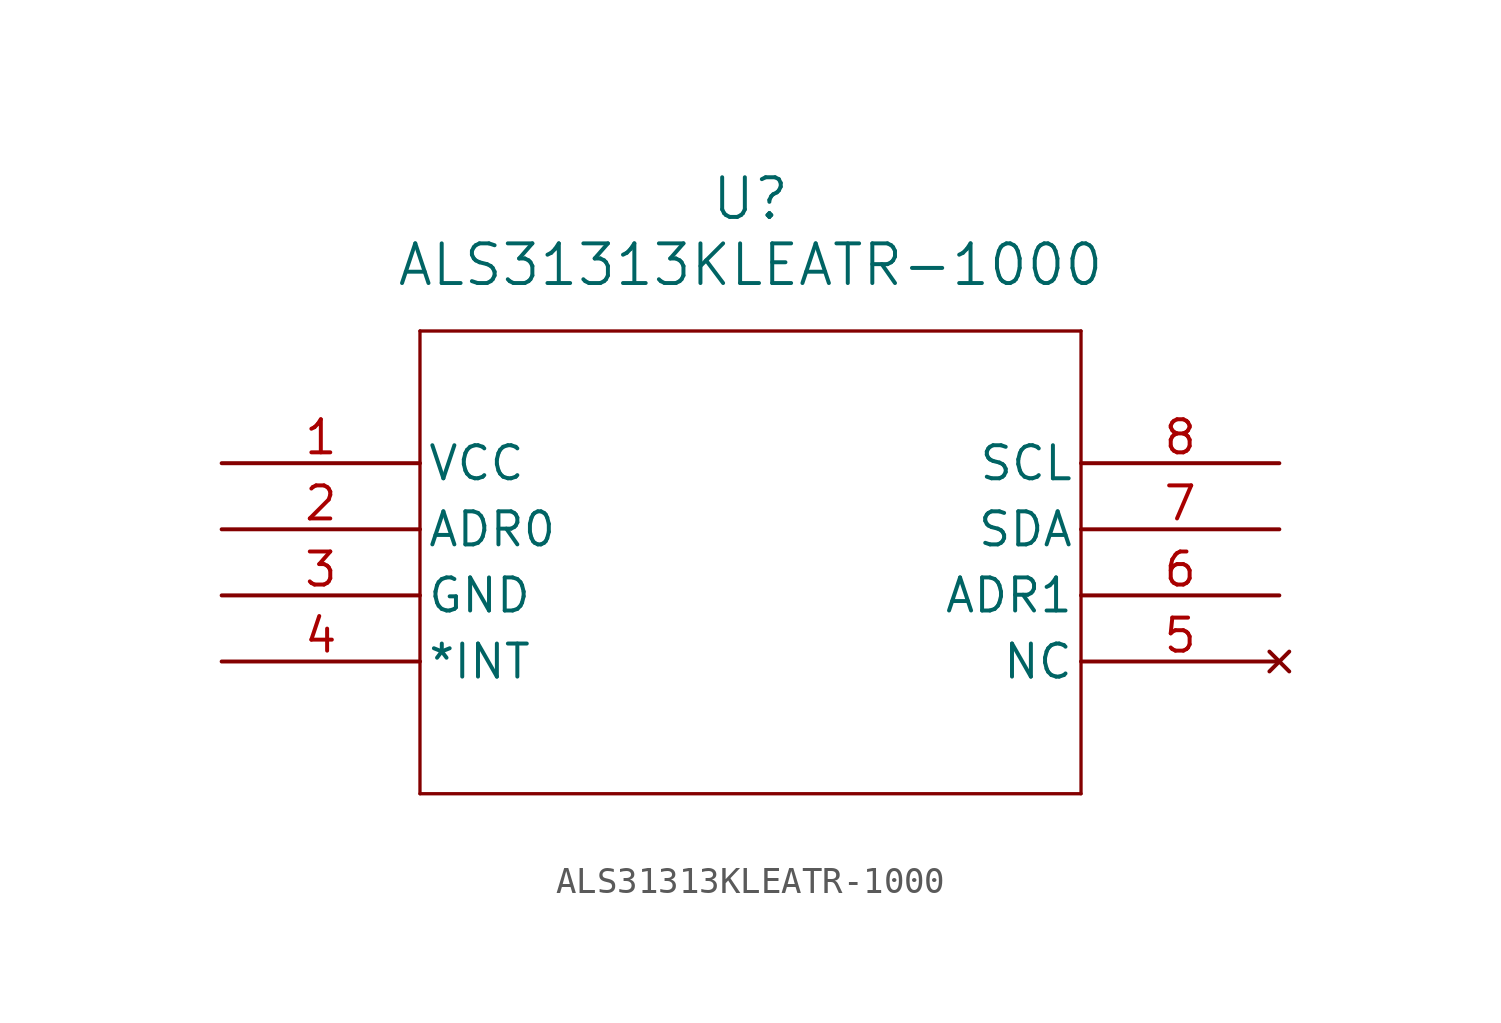
<source format=kicad_sym>
(kicad_symbol_lib
  (version 20211014)
  (generator kicad_symbol_editor)
  (symbol "ALS31313KLEATR-1000"
    (pin_names
      (offset 0.254))
    (property "Reference" "U"
      (at 20.32 10.16 0)
      (effects (font (size 1.524 1.524))))
    (property "Value" "ALS31313KLEATR-1000"
      (at 20.32 7.62 0)
      (effects (font (size 1.524 1.524))))
    (symbol "ALS31313KLEATR-1000_0_1"
      (polyline (pts (xy 7.62 5.08) (xy 7.62 -12.7)) (stroke (width 0.127) (type default) (color 0 0 0 0)) (fill (type none)))
      (polyline (pts (xy 7.62 -12.7) (xy 33.02 -12.7)) (stroke (width 0.127) (type default) (color 0 0 0 0)) (fill (type none)))
      (polyline (pts (xy 33.02 -12.7) (xy 33.02 5.08)) (stroke (width 0.127) (type default) (color 0 0 0 0)) (fill (type none)))
      (polyline (pts (xy 33.02 5.08) (xy 7.62 5.08)) (stroke (width 0.127) (type default) (color 0 0 0 0)) (fill (type none)))
      (pin power_in line (at 0 0 0) (length 7.62) (name "VCC" (effects (font (size 1.27 1.27)))) (number "1" (effects (font (size 1.27 1.27)))))
      (pin input line (at 0 -2.54 0) (length 7.62) (name "ADR0" (effects (font (size 1.27 1.27)))) (number "2" (effects (font (size 1.27 1.27)))))
      (pin power_out line (at 0 -5.08 0) (length 7.62) (name "GND" (effects (font (size 1.27 1.27)))) (number "3" (effects (font (size 1.27 1.27)))))
      (pin output line (at 0 -7.62 0) (length 7.62) (name "*INT" (effects (font (size 1.27 1.27)))) (number "4" (effects (font (size 1.27 1.27)))))
      (pin no_connect line (at 40.64 -7.62 180) (length 7.62) (name "NC" (effects (font (size 1.27 1.27)))) (number "5" (effects (font (size 1.27 1.27)))))
      (pin input line (at 40.64 -5.08 180) (length 7.62) (name "ADR1" (effects (font (size 1.27 1.27)))) (number "6" (effects (font (size 1.27 1.27)))))
      (pin bidirectional line (at 40.64 -2.54 180) (length 7.62) (name "SDA" (effects (font (size 1.27 1.27)))) (number "7" (effects (font (size 1.27 1.27)))))
      (pin input line (at 40.64 0 180) (length 7.62) (name "SCL" (effects (font (size 1.27 1.27)))) (number "8" (effects (font (size 1.27 1.27))))))))
</source>
